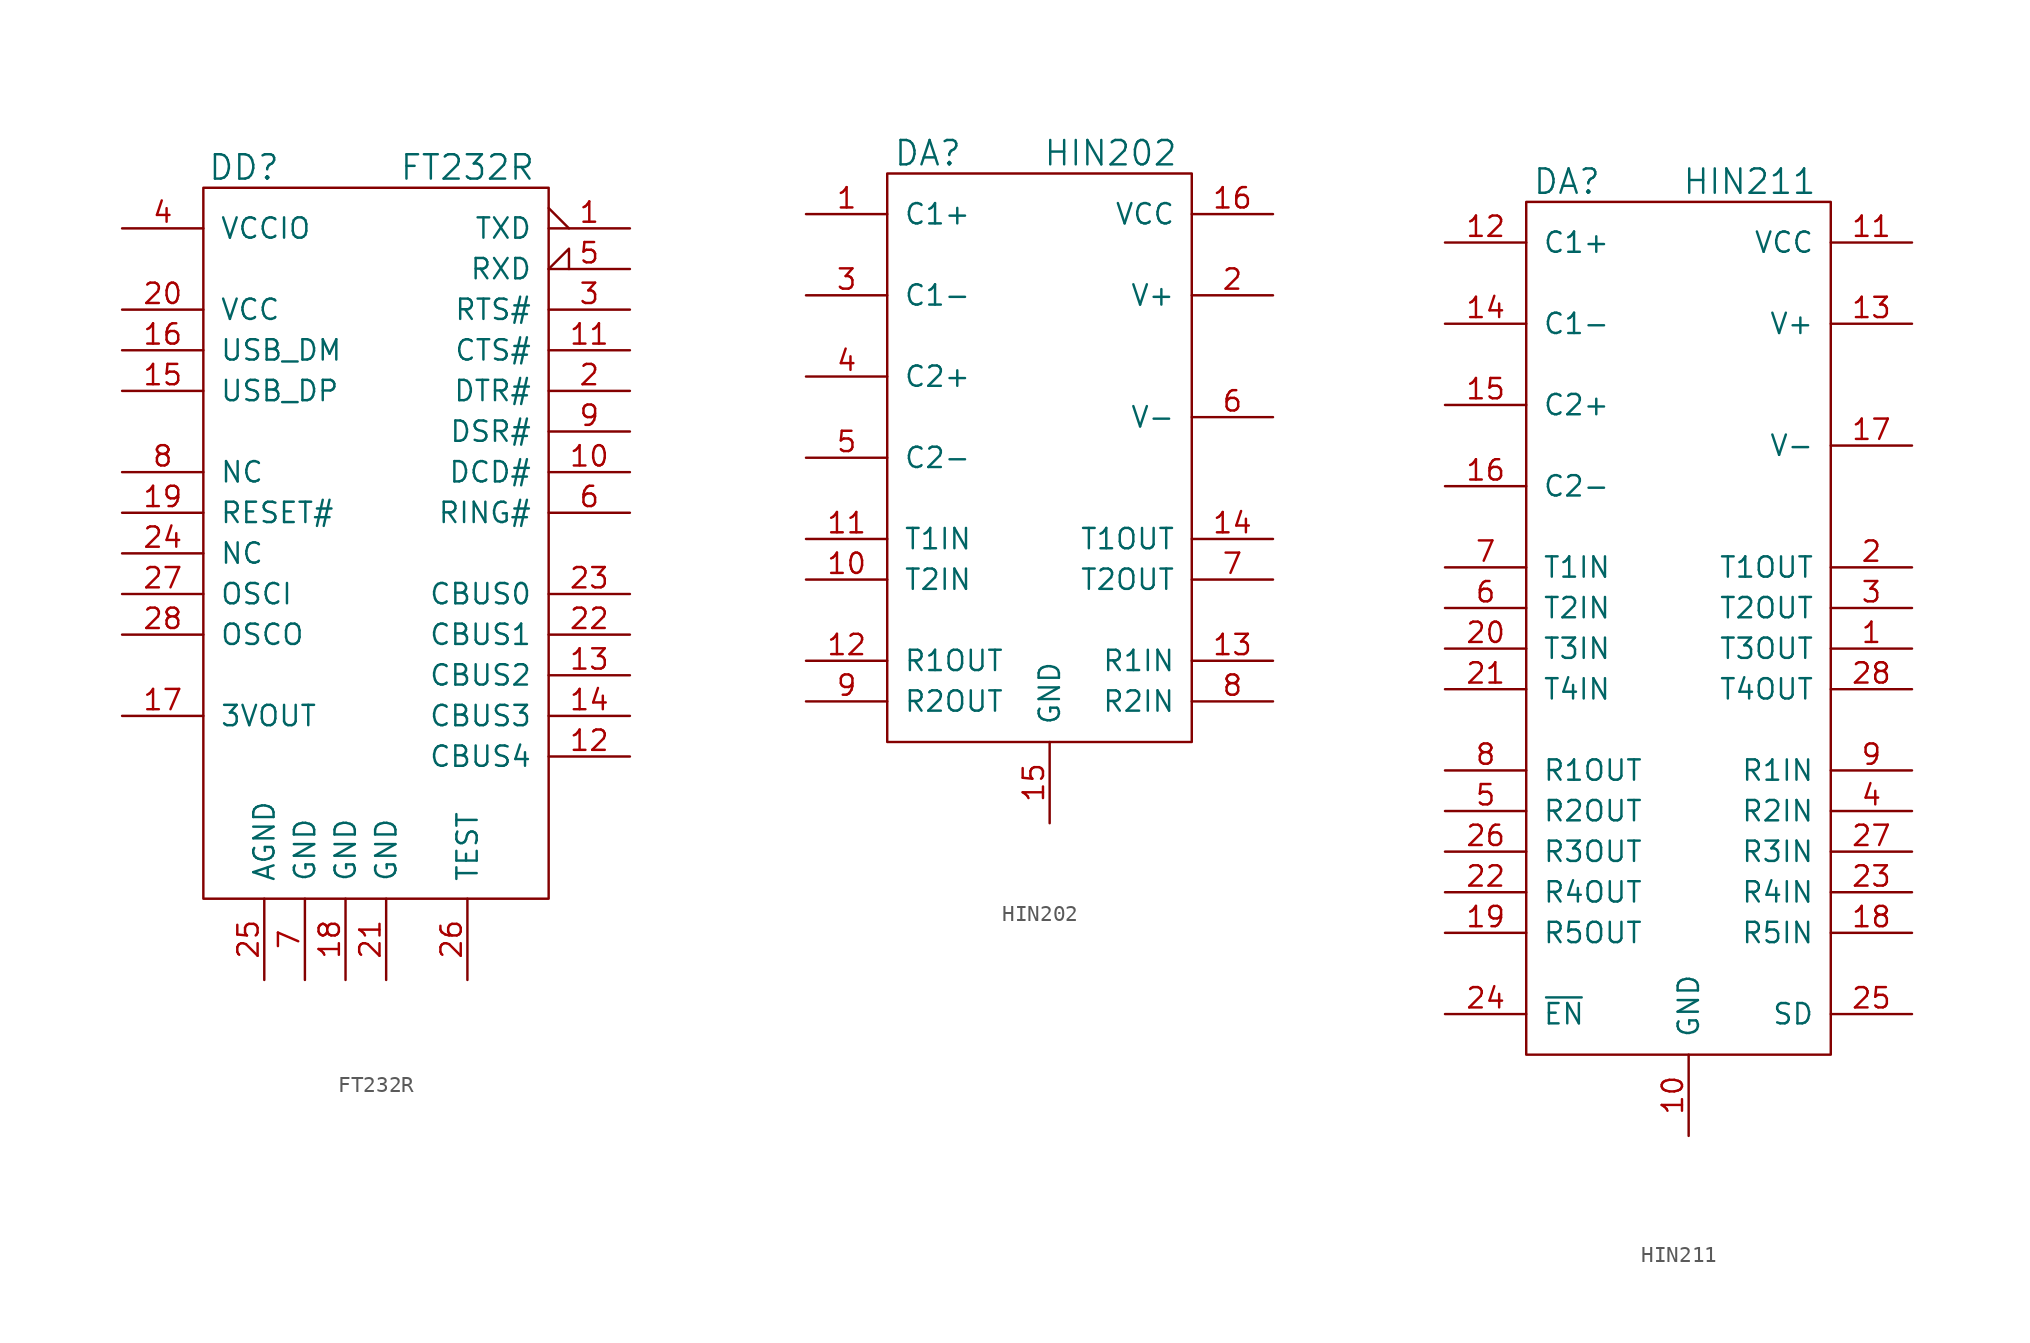
<source format=kicad_sym>
(kicad_symbol_lib
  (version 20231120)
  (generator "kicad_symbol_editor")
  (generator_version "8.0")
  (symbol "FT232R"
    (pin_names
      (offset 1.016))
    (property "Reference" "DD"
      (at -8.89 19.05 0)
      (effects (font (size 1.524 1.524))))
    (property "Value" "FT232R"
      (at 5.08 19.05 0)
      (effects (font (size 1.524 1.524))))
    (property "Footprint" ""
      (at 0 0 0)
      (effects (font (size 1.524 1.524))))
    (property "Datasheet" ""
      (at 0 0 0)
      (effects (font (size 1.524 1.524))))
    (symbol "FT232R_0_1"
      (rectangle (start -11.43 17.78) (end 10.16 -26.67) (stroke (width 0) (type default)) (fill (type none))))
    (symbol "FT232R_1_1"
      (pin passive output_low (at 15.24 15.24 180) (length 5.08) (name "TXD" (effects (font (size 1.27 1.27)))) (number "1" (effects (font (size 1.27 1.27)))))
      (pin passive line (at 15.24 0 180) (length 5.08) (name "DCD#" (effects (font (size 1.27 1.27)))) (number "10" (effects (font (size 1.27 1.27)))))
      (pin passive line (at 15.24 7.62 180) (length 5.08) (name "CTS#" (effects (font (size 1.27 1.27)))) (number "11" (effects (font (size 1.27 1.27)))))
      (pin passive line (at 15.24 -17.78 180) (length 5.08) (name "CBUS4" (effects (font (size 1.27 1.27)))) (number "12" (effects (font (size 1.27 1.27)))))
      (pin passive line (at 15.24 -12.7 180) (length 5.08) (name "CBUS2" (effects (font (size 1.27 1.27)))) (number "13" (effects (font (size 1.27 1.27)))))
      (pin passive line (at 15.24 -15.24 180) (length 5.08) (name "CBUS3" (effects (font (size 1.27 1.27)))) (number "14" (effects (font (size 1.27 1.27)))))
      (pin passive line (at -16.51 5.08 0) (length 5.08) (name "USB_DP" (effects (font (size 1.27 1.27)))) (number "15" (effects (font (size 1.27 1.27)))))
      (pin passive line (at -16.51 7.62 0) (length 5.08) (name "USB_DM" (effects (font (size 1.27 1.27)))) (number "16" (effects (font (size 1.27 1.27)))))
      (pin power_out line (at -16.51 -15.24 0) (length 5.08) (name "3VOUT" (effects (font (size 1.27 1.27)))) (number "17" (effects (font (size 1.27 1.27)))))
      (pin power_in line (at -2.54 -31.75 90) (length 5.08) (name "GND" (effects (font (size 1.27 1.27)))) (number "18" (effects (font (size 1.27 1.27)))))
      (pin passive line (at -16.51 -2.54 0) (length 5.08) (name "RESET#" (effects (font (size 1.27 1.27)))) (number "19" (effects (font (size 1.27 1.27)))))
      (pin passive line (at 15.24 5.08 180) (length 5.08) (name "DTR#" (effects (font (size 1.27 1.27)))) (number "2" (effects (font (size 1.27 1.27)))))
      (pin power_in line (at -16.51 10.16 0) (length 5.08) (name "VCC" (effects (font (size 1.27 1.27)))) (number "20" (effects (font (size 1.27 1.27)))))
      (pin power_in line (at 0 -31.75 90) (length 5.08) (name "GND" (effects (font (size 1.27 1.27)))) (number "21" (effects (font (size 1.27 1.27)))))
      (pin passive line (at 15.24 -10.16 180) (length 5.08) (name "CBUS1" (effects (font (size 1.27 1.27)))) (number "22" (effects (font (size 1.27 1.27)))))
      (pin passive line (at 15.24 -7.62 180) (length 5.08) (name "CBUS0" (effects (font (size 1.27 1.27)))) (number "23" (effects (font (size 1.27 1.27)))))
      (pin passive line (at -16.51 -5.08 0) (length 5.08) (name "NC" (effects (font (size 1.27 1.27)))) (number "24" (effects (font (size 1.27 1.27)))))
      (pin power_in line (at -7.62 -31.75 90) (length 5.08) (name "AGND" (effects (font (size 1.27 1.27)))) (number "25" (effects (font (size 1.27 1.27)))))
      (pin passive line (at 5.08 -31.75 90) (length 5.08) (name "TEST" (effects (font (size 1.27 1.27)))) (number "26" (effects (font (size 1.27 1.27)))))
      (pin passive line (at -16.51 -7.62 0) (length 5.08) (name "OSCI" (effects (font (size 1.27 1.27)))) (number "27" (effects (font (size 1.27 1.27)))))
      (pin passive line (at -16.51 -10.16 0) (length 5.08) (name "OSCO" (effects (font (size 1.27 1.27)))) (number "28" (effects (font (size 1.27 1.27)))))
      (pin passive line (at 15.24 10.16 180) (length 5.08) (name "RTS#" (effects (font (size 1.27 1.27)))) (number "3" (effects (font (size 1.27 1.27)))))
      (pin power_in line (at -16.51 15.24 0) (length 5.08) (name "VCCIO" (effects (font (size 1.27 1.27)))) (number "4" (effects (font (size 1.27 1.27)))))
      (pin passive input_low (at 15.24 12.7 180) (length 5.08) (name "RXD" (effects (font (size 1.27 1.27)))) (number "5" (effects (font (size 1.27 1.27)))))
      (pin passive line (at 15.24 -2.54 180) (length 5.08) (name "RING#" (effects (font (size 1.27 1.27)))) (number "6" (effects (font (size 1.27 1.27)))))
      (pin power_in line (at -5.08 -31.75 90) (length 5.08) (name "GND" (effects (font (size 1.27 1.27)))) (number "7" (effects (font (size 1.27 1.27)))))
      (pin passive line (at -16.51 0 0) (length 5.08) (name "NC" (effects (font (size 1.27 1.27)))) (number "8" (effects (font (size 1.27 1.27)))))
      (pin passive line (at 15.24 2.54 180) (length 5.08) (name "DSR#" (effects (font (size 1.27 1.27)))) (number "9" (effects (font (size 1.27 1.27)))))))
  (symbol "HIN202"
    (pin_names
      (offset 1.016))
    (property "Reference" "DA"
      (at -7.62 20.32 0)
      (effects (font (size 1.524 1.524))))
    (property "Value" "HIN202"
      (at 3.81 20.32 0)
      (effects (font (size 1.524 1.524))))
    (property "Footprint" ""
      (at 0 0 0)
      (effects (font (size 1.524 1.524))))
    (property "Datasheet" ""
      (at 0 0 0)
      (effects (font (size 1.524 1.524))))
    (symbol "HIN202_0_1"
      (rectangle (start -10.16 19.05) (end 8.89 -16.51) (stroke (width 0) (type default)) (fill (type none))))
    (symbol "HIN202_1_1"
      (pin passive line (at -15.24 16.51 0) (length 5.08) (name "C1+" (effects (font (size 1.27 1.27)))) (number "1" (effects (font (size 1.27 1.27)))))
      (pin passive line (at -15.24 -6.35 0) (length 5.08) (name "T2IN" (effects (font (size 1.27 1.27)))) (number "10" (effects (font (size 1.27 1.27)))))
      (pin passive line (at -15.24 -3.81 0) (length 5.08) (name "T1IN" (effects (font (size 1.27 1.27)))) (number "11" (effects (font (size 1.27 1.27)))))
      (pin passive line (at -15.24 -11.43 0) (length 5.08) (name "R1OUT" (effects (font (size 1.27 1.27)))) (number "12" (effects (font (size 1.27 1.27)))))
      (pin passive line (at 13.97 -11.43 180) (length 5.08) (name "R1IN" (effects (font (size 1.27 1.27)))) (number "13" (effects (font (size 1.27 1.27)))))
      (pin passive line (at 13.97 -3.81 180) (length 5.08) (name "T1OUT" (effects (font (size 1.27 1.27)))) (number "14" (effects (font (size 1.27 1.27)))))
      (pin power_in line (at 0 -21.59 90) (length 5.08) (name "GND" (effects (font (size 1.27 1.27)))) (number "15" (effects (font (size 1.27 1.27)))))
      (pin power_in line (at 13.97 16.51 180) (length 5.08) (name "VCC" (effects (font (size 1.27 1.27)))) (number "16" (effects (font (size 1.27 1.27)))))
      (pin passive line (at 13.97 11.43 180) (length 5.08) (name "V+" (effects (font (size 1.27 1.27)))) (number "2" (effects (font (size 1.27 1.27)))))
      (pin passive line (at -15.24 11.43 0) (length 5.08) (name "C1-" (effects (font (size 1.27 1.27)))) (number "3" (effects (font (size 1.27 1.27)))))
      (pin passive line (at -15.24 6.35 0) (length 5.08) (name "C2+" (effects (font (size 1.27 1.27)))) (number "4" (effects (font (size 1.27 1.27)))))
      (pin passive line (at -15.24 1.27 0) (length 5.08) (name "C2-" (effects (font (size 1.27 1.27)))) (number "5" (effects (font (size 1.27 1.27)))))
      (pin passive line (at 13.97 3.81 180) (length 5.08) (name "V-" (effects (font (size 1.27 1.27)))) (number "6" (effects (font (size 1.27 1.27)))))
      (pin passive line (at 13.97 -6.35 180) (length 5.08) (name "T2OUT" (effects (font (size 1.27 1.27)))) (number "7" (effects (font (size 1.27 1.27)))))
      (pin passive line (at 13.97 -13.97 180) (length 5.08) (name "R2IN" (effects (font (size 1.27 1.27)))) (number "8" (effects (font (size 1.27 1.27)))))
      (pin passive line (at -15.24 -13.97 0) (length 5.08) (name "R2OUT" (effects (font (size 1.27 1.27)))) (number "9" (effects (font (size 1.27 1.27)))))))
  (symbol "HIN211"
    (pin_names
      (offset 1.016))
    (property "Reference" "DA"
      (at -7.62 26.67 0)
      (effects (font (size 1.524 1.524))))
    (property "Value" "HIN211"
      (at 3.81 26.67 0)
      (effects (font (size 1.524 1.524))))
    (property "Footprint" ""
      (at 0 0 0)
      (effects (font (size 1.524 1.524))))
    (property "Datasheet" ""
      (at 0 0 0)
      (effects (font (size 1.524 1.524))))
    (symbol "HIN211_0_1"
      (rectangle (start -10.16 25.4) (end 8.89 -27.94) (stroke (width 0) (type default)) (fill (type none))))
    (symbol "HIN211_1_1"
      (pin passive line (at 13.97 -2.54 180) (length 5.08) (name "T3OUT" (effects (font (size 1.27 1.27)))) (number "1" (effects (font (size 1.27 1.27)))))
      (pin power_in line (at 0 -33.02 90) (length 5.08) (name "GND" (effects (font (size 1.27 1.27)))) (number "10" (effects (font (size 1.27 1.27)))))
      (pin power_in line (at 13.97 22.86 180) (length 5.08) (name "VCC" (effects (font (size 1.27 1.27)))) (number "11" (effects (font (size 1.27 1.27)))))
      (pin passive line (at -15.24 22.86 0) (length 5.08) (name "C1+" (effects (font (size 1.27 1.27)))) (number "12" (effects (font (size 1.27 1.27)))))
      (pin passive line (at 13.97 17.78 180) (length 5.08) (name "V+" (effects (font (size 1.27 1.27)))) (number "13" (effects (font (size 1.27 1.27)))))
      (pin passive line (at -15.24 17.78 0) (length 5.08) (name "C1-" (effects (font (size 1.27 1.27)))) (number "14" (effects (font (size 1.27 1.27)))))
      (pin passive line (at -15.24 12.7 0) (length 5.08) (name "C2+" (effects (font (size 1.27 1.27)))) (number "15" (effects (font (size 1.27 1.27)))))
      (pin passive line (at -15.24 7.62 0) (length 5.08) (name "C2-" (effects (font (size 1.27 1.27)))) (number "16" (effects (font (size 1.27 1.27)))))
      (pin passive line (at 13.97 10.16 180) (length 5.08) (name "V-" (effects (font (size 1.27 1.27)))) (number "17" (effects (font (size 1.27 1.27)))))
      (pin passive line (at 13.97 -20.32 180) (length 5.08) (name "R5IN" (effects (font (size 1.27 1.27)))) (number "18" (effects (font (size 1.27 1.27)))))
      (pin passive line (at -15.24 -20.32 0) (length 5.08) (name "R5OUT" (effects (font (size 1.27 1.27)))) (number "19" (effects (font (size 1.27 1.27)))))
      (pin passive line (at 13.97 2.54 180) (length 5.08) (name "T1OUT" (effects (font (size 1.27 1.27)))) (number "2" (effects (font (size 1.27 1.27)))))
      (pin passive line (at -15.24 -2.54 0) (length 5.08) (name "T3IN" (effects (font (size 1.27 1.27)))) (number "20" (effects (font (size 1.27 1.27)))))
      (pin passive line (at -15.24 -5.08 0) (length 5.08) (name "T4IN" (effects (font (size 1.27 1.27)))) (number "21" (effects (font (size 1.27 1.27)))))
      (pin passive line (at -15.24 -17.78 0) (length 5.08) (name "R4OUT" (effects (font (size 1.27 1.27)))) (number "22" (effects (font (size 1.27 1.27)))))
      (pin passive line (at 13.97 -17.78 180) (length 5.08) (name "R4IN" (effects (font (size 1.27 1.27)))) (number "23" (effects (font (size 1.27 1.27)))))
      (pin passive line (at -15.24 -25.4 0) (length 5.08) (name "~{EN}" (effects (font (size 1.27 1.27)))) (number "24" (effects (font (size 1.27 1.27)))))
      (pin passive line (at 13.97 -25.4 180) (length 5.08) (name "SD" (effects (font (size 1.27 1.27)))) (number "25" (effects (font (size 1.27 1.27)))))
      (pin passive line (at -15.24 -15.24 0) (length 5.08) (name "R3OUT" (effects (font (size 1.27 1.27)))) (number "26" (effects (font (size 1.27 1.27)))))
      (pin passive line (at 13.97 -15.24 180) (length 5.08) (name "R3IN" (effects (font (size 1.27 1.27)))) (number "27" (effects (font (size 1.27 1.27)))))
      (pin passive line (at 13.97 -5.08 180) (length 5.08) (name "T4OUT" (effects (font (size 1.27 1.27)))) (number "28" (effects (font (size 1.27 1.27)))))
      (pin passive line (at 13.97 0 180) (length 5.08) (name "T2OUT" (effects (font (size 1.27 1.27)))) (number "3" (effects (font (size 1.27 1.27)))))
      (pin passive line (at 13.97 -12.7 180) (length 5.08) (name "R2IN" (effects (font (size 1.27 1.27)))) (number "4" (effects (font (size 1.27 1.27)))))
      (pin passive line (at -15.24 -12.7 0) (length 5.08) (name "R2OUT" (effects (font (size 1.27 1.27)))) (number "5" (effects (font (size 1.27 1.27)))))
      (pin passive line (at -15.24 0 0) (length 5.08) (name "T2IN" (effects (font (size 1.27 1.27)))) (number "6" (effects (font (size 1.27 1.27)))))
      (pin passive line (at -15.24 2.54 0) (length 5.08) (name "T1IN" (effects (font (size 1.27 1.27)))) (number "7" (effects (font (size 1.27 1.27)))))
      (pin passive line (at -15.24 -10.16 0) (length 5.08) (name "R1OUT" (effects (font (size 1.27 1.27)))) (number "8" (effects (font (size 1.27 1.27)))))
      (pin passive line (at 13.97 -10.16 180) (length 5.08) (name "R1IN" (effects (font (size 1.27 1.27)))) (number "9" (effects (font (size 1.27 1.27))))))))
</source>
